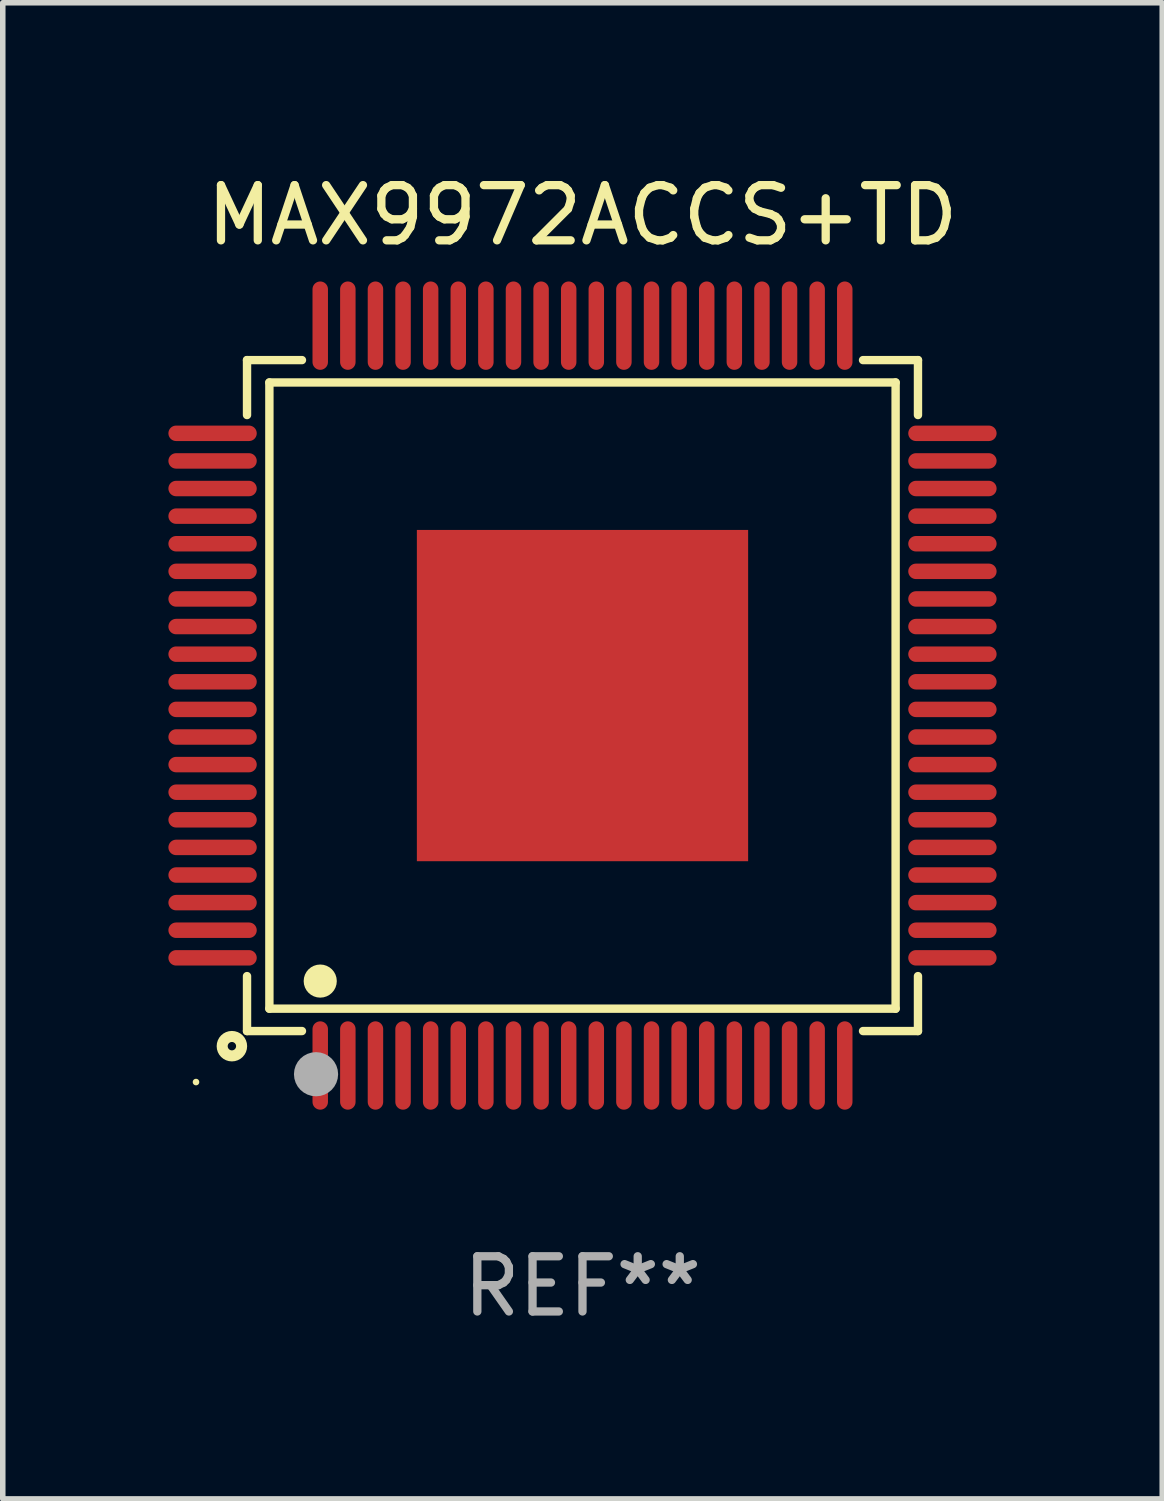
<source format=kicad_pcb>
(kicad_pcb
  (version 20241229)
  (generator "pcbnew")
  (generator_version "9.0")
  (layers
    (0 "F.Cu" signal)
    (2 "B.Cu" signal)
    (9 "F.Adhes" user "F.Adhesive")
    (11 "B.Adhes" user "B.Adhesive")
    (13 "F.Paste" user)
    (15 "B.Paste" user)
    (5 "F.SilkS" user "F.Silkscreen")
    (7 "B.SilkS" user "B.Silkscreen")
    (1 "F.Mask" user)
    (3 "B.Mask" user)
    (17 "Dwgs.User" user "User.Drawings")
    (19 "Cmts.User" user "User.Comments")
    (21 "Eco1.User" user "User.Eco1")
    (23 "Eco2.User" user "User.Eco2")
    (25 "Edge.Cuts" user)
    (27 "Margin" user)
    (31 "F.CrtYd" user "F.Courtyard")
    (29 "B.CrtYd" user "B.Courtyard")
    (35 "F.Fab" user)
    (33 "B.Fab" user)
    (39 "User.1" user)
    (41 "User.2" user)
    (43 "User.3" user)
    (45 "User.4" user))
  (footprint "MAX9972ACCS+TD"
    (layer "F.Cu")
    (at 7.5 9.548)
    (property "Reference" "MAX9972ACCS+TD" (at 0 -8.7 0) (layer "F.SilkS") (effects (font (size 1 1) (thickness 0.15))))
    (attr through_hole)
    (fp_line (start -6.076 -6.076) (end -5.081 -6.076) (stroke (width 0.152) (type solid)) (layer "F.SilkS"))
    (fp_line (start -6.076 -5.081) (end -6.076 -6.076) (stroke (width 0.152) (type solid)) (layer "F.SilkS"))
    (fp_line (start -6.076 5.081) (end -6.076 6.076) (stroke (width 0.152) (type solid)) (layer "F.SilkS"))
    (fp_line (start -6.076 6.076) (end -5.081 6.076) (stroke (width 0.152) (type solid)) (layer "F.SilkS"))
    (fp_line (start -5.671 -5.671) (end 5.671 -5.671) (stroke (width 0.152) (type solid)) (layer "F.SilkS"))
    (fp_line (start -5.671 5.671) (end -5.671 -5.671) (stroke (width 0.152) (type solid)) (layer "F.SilkS"))
    (fp_line (start 5.671 -5.671) (end 5.671 5.671) (stroke (width 0.152) (type solid)) (layer "F.SilkS"))
    (fp_line (start 5.671 5.671) (end -5.671 5.671) (stroke (width 0.152) (type solid)) (layer "F.SilkS"))
    (fp_line (start 6.076 -6.076) (end 5.081 -6.076) (stroke (width 0.152) (type solid)) (layer "F.SilkS"))
    (fp_line (start 6.076 -5.081) (end 6.076 -6.076) (stroke (width 0.152) (type solid)) (layer "F.SilkS"))
    (fp_line (start 6.076 5.081) (end 6.076 6.076) (stroke (width 0.152) (type solid)) (layer "F.SilkS"))
    (fp_line (start 6.076 6.076) (end 5.081 6.076) (stroke (width 0.152) (type solid)) (layer "F.SilkS"))
    (fp_circle (center -7 7) (end -6.97 7) (stroke (width 0.06) (type solid)) (fill no) (layer "F.SilkS"))
    (fp_circle (center -6.35 6.35) (end -6.274 6.35) (stroke (width 0.2) (type solid)) (fill no) (layer "F.SilkS"))
    (fp_circle (center -4.75 5.171) (end -4.6 5.171) (stroke (width 0.3) (type solid)) (fill no) (layer "F.SilkS"))
    (fp_circle (center -4.826 6.858) (end -4.626 6.858) (stroke (width 0.4) (type solid)) (fill no) (layer "F.Fab"))
    (fp_text user "REF**" (at 0 10.7 0) (layer "F.Fab") (effects (font (size 1 1) (thickness 0.15))))
    (pad "1" smd oval (at -4.75 6.7) (size 0.28 1.6) (layers "F.Cu" "F.Mask" "F.Paste"))
    (pad "2" smd oval (at -4.25 6.7) (size 0.28 1.6) (layers "F.Cu" "F.Mask" "F.Paste"))
    (pad "3" smd oval (at -3.75 6.7) (size 0.28 1.6) (layers "F.Cu" "F.Mask" "F.Paste"))
    (pad "4" smd oval (at -3.25 6.7) (size 0.28 1.6) (layers "F.Cu" "F.Mask" "F.Paste"))
    (pad "5" smd oval (at -2.75 6.7) (size 0.28 1.6) (layers "F.Cu" "F.Mask" "F.Paste"))
    (pad "6" smd oval (at -2.25 6.7) (size 0.28 1.6) (layers "F.Cu" "F.Mask" "F.Paste"))
    (pad "7" smd oval (at -1.75 6.7) (size 0.28 1.6) (layers "F.Cu" "F.Mask" "F.Paste"))
    (pad "8" smd oval (at -1.25 6.7) (size 0.28 1.6) (layers "F.Cu" "F.Mask" "F.Paste"))
    (pad "9" smd oval (at -0.75 6.7) (size 0.28 1.6) (layers "F.Cu" "F.Mask" "F.Paste"))
    (pad "10" smd oval (at -0.25 6.7) (size 0.28 1.6) (layers "F.Cu" "F.Mask" "F.Paste"))
    (pad "11" smd oval (at 0.25 6.7) (size 0.28 1.6) (layers "F.Cu" "F.Mask" "F.Paste"))
    (pad "12" smd oval (at 0.75 6.7) (size 0.28 1.6) (layers "F.Cu" "F.Mask" "F.Paste"))
    (pad "13" smd oval (at 1.25 6.7) (size 0.28 1.6) (layers "F.Cu" "F.Mask" "F.Paste"))
    (pad "14" smd oval (at 1.75 6.7) (size 0.28 1.6) (layers "F.Cu" "F.Mask" "F.Paste"))
    (pad "15" smd oval (at 2.25 6.7) (size 0.28 1.6) (layers "F.Cu" "F.Mask" "F.Paste"))
    (pad "16" smd oval (at 2.75 6.7) (size 0.28 1.6) (layers "F.Cu" "F.Mask" "F.Paste"))
    (pad "17" smd oval (at 3.25 6.7) (size 0.28 1.6) (layers "F.Cu" "F.Mask" "F.Paste"))
    (pad "18" smd oval (at 3.75 6.7) (size 0.28 1.6) (layers "F.Cu" "F.Mask" "F.Paste"))
    (pad "19" smd oval (at 4.25 6.7) (size 0.28 1.6) (layers "F.Cu" "F.Mask" "F.Paste"))
    (pad "20" smd oval (at 4.75 6.7) (size 0.28 1.6) (layers "F.Cu" "F.Mask" "F.Paste"))
    (pad "21" smd oval (at 6.7 4.75) (size 1.6 0.28) (layers "F.Cu" "F.Mask" "F.Paste"))
    (pad "22" smd oval (at 6.7 4.25) (size 1.6 0.28) (layers "F.Cu" "F.Mask" "F.Paste"))
    (pad "23" smd oval (at 6.7 3.75) (size 1.6 0.28) (layers "F.Cu" "F.Mask" "F.Paste"))
    (pad "24" smd oval (at 6.7 3.25) (size 1.6 0.28) (layers "F.Cu" "F.Mask" "F.Paste"))
    (pad "25" smd oval (at 6.7 2.75) (size 1.6 0.28) (layers "F.Cu" "F.Mask" "F.Paste"))
    (pad "26" smd oval (at 6.7 2.25) (size 1.6 0.28) (layers "F.Cu" "F.Mask" "F.Paste"))
    (pad "27" smd oval (at 6.7 1.75) (size 1.6 0.28) (layers "F.Cu" "F.Mask" "F.Paste"))
    (pad "28" smd oval (at 6.7 1.25) (size 1.6 0.28) (layers "F.Cu" "F.Mask" "F.Paste"))
    (pad "29" smd oval (at 6.7 0.75) (size 1.6 0.28) (layers "F.Cu" "F.Mask" "F.Paste"))
    (pad "30" smd oval (at 6.7 0.25) (size 1.6 0.28) (layers "F.Cu" "F.Mask" "F.Paste"))
    (pad "31" smd oval (at 6.7 -0.25) (size 1.6 0.28) (layers "F.Cu" "F.Mask" "F.Paste"))
    (pad "32" smd oval (at 6.7 -0.75) (size 1.6 0.28) (layers "F.Cu" "F.Mask" "F.Paste"))
    (pad "33" smd oval (at 6.7 -1.25) (size 1.6 0.28) (layers "F.Cu" "F.Mask" "F.Paste"))
    (pad "34" smd oval (at 6.7 -1.75) (size 1.6 0.28) (layers "F.Cu" "F.Mask" "F.Paste"))
    (pad "35" smd oval (at 6.7 -2.25) (size 1.6 0.28) (layers "F.Cu" "F.Mask" "F.Paste"))
    (pad "36" smd oval (at 6.7 -2.75) (size 1.6 0.28) (layers "F.Cu" "F.Mask" "F.Paste"))
    (pad "37" smd oval (at 6.7 -3.25) (size 1.6 0.28) (layers "F.Cu" "F.Mask" "F.Paste"))
    (pad "38" smd oval (at 6.7 -3.75) (size 1.6 0.28) (layers "F.Cu" "F.Mask" "F.Paste"))
    (pad "39" smd oval (at 6.7 -4.25) (size 1.6 0.28) (layers "F.Cu" "F.Mask" "F.Paste"))
    (pad "40" smd oval (at 6.7 -4.75) (size 1.6 0.28) (layers "F.Cu" "F.Mask" "F.Paste"))
    (pad "41" smd oval (at 4.75 -6.7) (size 0.28 1.6) (layers "F.Cu" "F.Mask" "F.Paste"))
    (pad "42" smd oval (at 4.25 -6.7) (size 0.28 1.6) (layers "F.Cu" "F.Mask" "F.Paste"))
    (pad "43" smd oval (at 3.75 -6.7) (size 0.28 1.6) (layers "F.Cu" "F.Mask" "F.Paste"))
    (pad "44" smd oval (at 3.25 -6.7) (size 0.28 1.6) (layers "F.Cu" "F.Mask" "F.Paste"))
    (pad "45" smd oval (at 2.75 -6.7) (size 0.28 1.6) (layers "F.Cu" "F.Mask" "F.Paste"))
    (pad "46" smd oval (at 2.25 -6.7) (size 0.28 1.6) (layers "F.Cu" "F.Mask" "F.Paste"))
    (pad "47" smd oval (at 1.75 -6.7) (size 0.28 1.6) (layers "F.Cu" "F.Mask" "F.Paste"))
    (pad "48" smd oval (at 1.25 -6.7) (size 0.28 1.6) (layers "F.Cu" "F.Mask" "F.Paste"))
    (pad "49" smd oval (at 0.75 -6.7) (size 0.28 1.6) (layers "F.Cu" "F.Mask" "F.Paste"))
    (pad "50" smd oval (at 0.25 -6.7) (size 0.28 1.6) (layers "F.Cu" "F.Mask" "F.Paste"))
    (pad "51" smd oval (at -0.25 -6.7) (size 0.28 1.6) (layers "F.Cu" "F.Mask" "F.Paste"))
    (pad "52" smd oval (at -0.75 -6.7) (size 0.28 1.6) (layers "F.Cu" "F.Mask" "F.Paste"))
    (pad "53" smd oval (at -1.25 -6.7) (size 0.28 1.6) (layers "F.Cu" "F.Mask" "F.Paste"))
    (pad "54" smd oval (at -1.75 -6.7) (size 0.28 1.6) (layers "F.Cu" "F.Mask" "F.Paste"))
    (pad "55" smd oval (at -2.25 -6.7) (size 0.28 1.6) (layers "F.Cu" "F.Mask" "F.Paste"))
    (pad "56" smd oval (at -2.75 -6.7) (size 0.28 1.6) (layers "F.Cu" "F.Mask" "F.Paste"))
    (pad "57" smd oval (at -3.25 -6.7) (size 0.28 1.6) (layers "F.Cu" "F.Mask" "F.Paste"))
    (pad "58" smd oval (at -3.75 -6.7) (size 0.28 1.6) (layers "F.Cu" "F.Mask" "F.Paste"))
    (pad "59" smd oval (at -4.25 -6.7) (size 0.28 1.6) (layers "F.Cu" "F.Mask" "F.Paste"))
    (pad "60" smd oval (at -4.75 -6.7) (size 0.28 1.6) (layers "F.Cu" "F.Mask" "F.Paste"))
    (pad "61" smd oval (at -6.7 -4.75) (size 1.6 0.28) (layers "F.Cu" "F.Mask" "F.Paste"))
    (pad "62" smd oval (at -6.7 -4.25) (size 1.6 0.28) (layers "F.Cu" "F.Mask" "F.Paste"))
    (pad "63" smd oval (at -6.7 -3.75) (size 1.6 0.28) (layers "F.Cu" "F.Mask" "F.Paste"))
    (pad "64" smd oval (at -6.7 -3.25) (size 1.6 0.28) (layers "F.Cu" "F.Mask" "F.Paste"))
    (pad "65" smd oval (at -6.7 -2.75) (size 1.6 0.28) (layers "F.Cu" "F.Mask" "F.Paste"))
    (pad "66" smd oval (at -6.7 -2.25) (size 1.6 0.28) (layers "F.Cu" "F.Mask" "F.Paste"))
    (pad "67" smd oval (at -6.7 -1.75) (size 1.6 0.28) (layers "F.Cu" "F.Mask" "F.Paste"))
    (pad "68" smd oval (at -6.7 -1.25) (size 1.6 0.28) (layers "F.Cu" "F.Mask" "F.Paste"))
    (pad "69" smd oval (at -6.7 -0.75) (size 1.6 0.28) (layers "F.Cu" "F.Mask" "F.Paste"))
    (pad "70" smd oval (at -6.7 -0.25) (size 1.6 0.28) (layers "F.Cu" "F.Mask" "F.Paste"))
    (pad "71" smd oval (at -6.7 0.25) (size 1.6 0.28) (layers "F.Cu" "F.Mask" "F.Paste"))
    (pad "72" smd oval (at -6.7 0.75) (size 1.6 0.28) (layers "F.Cu" "F.Mask" "F.Paste"))
    (pad "73" smd oval (at -6.7 1.25) (size 1.6 0.28) (layers "F.Cu" "F.Mask" "F.Paste"))
    (pad "74" smd oval (at -6.7 1.75) (size 1.6 0.28) (layers "F.Cu" "F.Mask" "F.Paste"))
    (pad "75" smd oval (at -6.7 2.25) (size 1.6 0.28) (layers "F.Cu" "F.Mask" "F.Paste"))
    (pad "76" smd oval (at -6.7 2.75) (size 1.6 0.28) (layers "F.Cu" "F.Mask" "F.Paste"))
    (pad "77" smd oval (at -6.7 3.25) (size 1.6 0.28) (layers "F.Cu" "F.Mask" "F.Paste"))
    (pad "78" smd oval (at -6.7 3.75) (size 1.6 0.28) (layers "F.Cu" "F.Mask" "F.Paste"))
    (pad "79" smd oval (at -6.7 4.25) (size 1.6 0.28) (layers "F.Cu" "F.Mask" "F.Paste"))
    (pad "80" smd oval (at -6.7 4.75) (size 1.6 0.28) (layers "F.Cu" "F.Mask" "F.Paste"))
    (pad "81" smd rect (at 0 0) (size 6 6) (layers "F.Cu" "F.Mask" "F.Paste")))
  (gr_rect
    (start -3 -3)
    (end 18 24.097)
    (stroke (width 0.1) (type default))
    (fill no)
    (layer "Edge.Cuts")))
</source>
